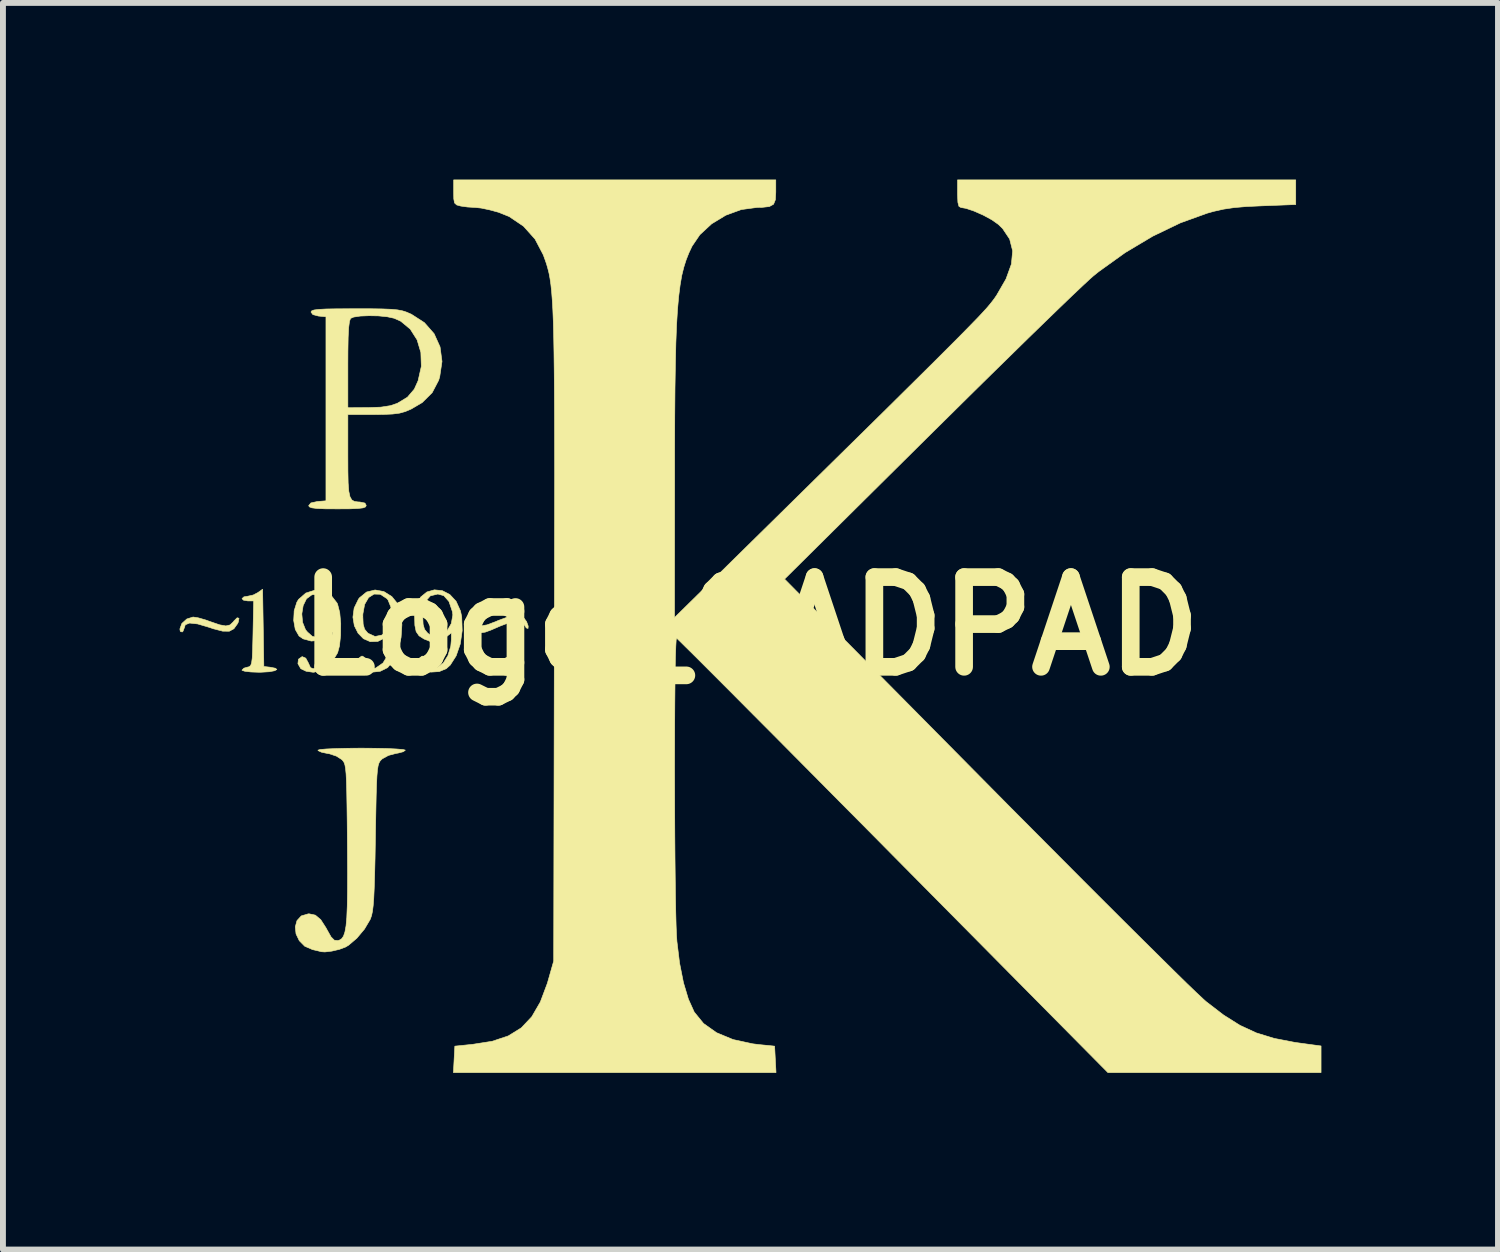
<source format=kicad_pcb>
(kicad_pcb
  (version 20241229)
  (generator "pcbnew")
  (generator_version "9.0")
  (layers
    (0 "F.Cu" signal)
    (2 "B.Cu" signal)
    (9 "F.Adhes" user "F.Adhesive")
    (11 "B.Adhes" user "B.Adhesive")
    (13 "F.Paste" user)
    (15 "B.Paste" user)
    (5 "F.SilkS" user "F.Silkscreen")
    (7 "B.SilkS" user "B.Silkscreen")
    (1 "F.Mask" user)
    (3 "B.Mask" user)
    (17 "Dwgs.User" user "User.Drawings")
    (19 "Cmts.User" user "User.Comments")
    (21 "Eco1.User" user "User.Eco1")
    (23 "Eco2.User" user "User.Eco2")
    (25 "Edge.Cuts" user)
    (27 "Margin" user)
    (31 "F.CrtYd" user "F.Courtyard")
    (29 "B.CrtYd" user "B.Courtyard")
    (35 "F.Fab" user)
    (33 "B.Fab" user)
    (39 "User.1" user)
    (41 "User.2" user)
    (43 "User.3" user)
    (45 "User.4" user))
  (footprint "Logo_CADPAD"
    (layer "F.Cu")
    (at 9.696 7.586)
    (property "Reference" "Logo_CADPAD" (at 0 0 0) (layer "F.SilkS") (effects (font (size 1.524 1.524) (thickness 0.3))))
    (attr through_hole)
    (fp_poly (pts (xy -3.85 -0.142) (xy -3.803 -0.079) (xy -3.775 -0.002) (xy -3.778 0.038) (xy -3.809 0.028) (xy -3.819 0.009) (xy -3.869 -0.064) (xy -3.956 -0.089) (xy -4.089 -0.065) (xy -4.256 -0.001) (xy -4.406 0.064) (xy -4.504 0.1) (xy -4.568 0.11) (xy -4.617 0.097) (xy -4.671 0.063) (xy -4.681 0.056) (xy -4.746 -0.019) (xy -4.767 -0.089) (xy -4.767 -0.174) (xy -4.707 -0.087) (xy -4.649 -0.027) (xy -4.578 -0.006) (xy -4.475 -0.023) (xy -4.325 -0.079) (xy -4.278 -0.1) (xy -4.088 -0.169) (xy -3.947 -0.183) (xy -3.85 -0.142)) (stroke (width 0.01) (type solid)) (fill yes) (layer "F.SilkS"))
    (fp_poly (pts (xy -9.38 -0.143) (xy -9.258 -0.108) (xy -9.174 -0.078) (xy -9.016 -0.024) (xy -8.91 -0.005) (xy -8.839 -0.022) (xy -8.783 -0.075) (xy -8.776 -0.086) (xy -8.718 -0.144) (xy -8.687 -0.135) (xy -8.699 -0.07) (xy -8.712 -0.043) (xy -8.774 0.043) (xy -8.852 0.085) (xy -8.963 0.084) (xy -9.122 0.043) (xy -9.189 0.02) (xy -9.389 -0.039) (xy -9.526 -0.054) (xy -9.599 -0.025) (xy -9.613 0.02) (xy -9.638 0.085) (xy -9.652 0.098) (xy -9.684 0.087) (xy -9.691 0.047) (xy -9.657 -0.047) (xy -9.573 -0.123) (xy -9.468 -0.156) (xy -9.464 -0.156) (xy -9.38 -0.143)) (stroke (width 0.01) (type solid)) (fill yes) (layer "F.SilkS"))
    (fp_poly (pts (xy -8.275 0.028) (xy -8.265 0.684) (xy -8.157 0.696) (xy -8.066 0.714) (xy -8.044 0.735) (xy -8.082 0.756) (xy -8.173 0.773) (xy -8.308 0.781) (xy -8.343 0.782) (xy -8.483 0.777) (xy -8.587 0.765) (xy -8.635 0.749) (xy -8.636 0.745) (xy -8.603 0.712) (xy -8.548 0.696) (xy -8.514 0.688) (xy -8.489 0.668) (xy -8.473 0.624) (xy -8.462 0.542) (xy -8.456 0.411) (xy -8.451 0.219) (xy -8.449 0.127) (xy -8.438 -0.43) (xy -8.537 -0.43) (xy -8.611 -0.443) (xy -8.636 -0.469) (xy -8.603 -0.499) (xy -8.547 -0.508) (xy -8.446 -0.53) (xy -8.372 -0.568) (xy -8.286 -0.628) (xy -8.275 0.028)) (stroke (width 0.01) (type solid)) (fill yes) (layer "F.SilkS"))
    (fp_poly (pts (xy -6.227 -0.589) (xy -6.091 -0.504) (xy -6.002 -0.394) (xy -5.942 -0.228) (xy -5.92 -0.026) (xy -5.934 0.19) (xy -5.981 0.398) (xy -6.058 0.575) (xy -6.161 0.701) (xy -6.163 0.703) (xy -6.288 0.765) (xy -6.43 0.781) (xy -6.558 0.751) (xy -6.622 0.705) (xy -6.666 0.622) (xy -6.659 0.548) (xy -6.606 0.509) (xy -6.59 0.508) (xy -6.539 0.541) (xy -6.494 0.621) (xy -6.493 0.625) (xy -6.456 0.704) (xy -6.409 0.721) (xy -6.363 0.709) (xy -6.241 0.624) (xy -6.152 0.478) (xy -6.105 0.29) (xy -6.084 0.102) (xy -6.193 0.188) (xy -6.329 0.258) (xy -6.458 0.262) (xy -6.573 0.212) (xy -6.665 0.117) (xy -6.728 -0.009) (xy -6.752 -0.155) (xy -6.75 -0.168) (xy -6.584 -0.168) (xy -6.578 -0.034) (xy -6.554 0.05) (xy -6.504 0.111) (xy -6.491 0.122) (xy -6.376 0.174) (xy -6.259 0.15) (xy -6.164 0.07) (xy -6.112 -0.038) (xy -6.094 -0.182) (xy -6.108 -0.328) (xy -6.155 -0.445) (xy -6.174 -0.469) (xy -6.287 -0.543) (xy -6.394 -0.546) (xy -6.486 -0.487) (xy -6.553 -0.371) (xy -6.583 -0.208) (xy -6.584 -0.168) (xy -6.75 -0.168) (xy -6.731 -0.309) (xy -6.657 -0.461) (xy -6.64 -0.483) (xy -6.52 -0.581) (xy -6.376 -0.616) (xy -6.227 -0.589)) (stroke (width 0.01) (type solid)) (fill yes) (layer "F.SilkS"))
    (fp_poly (pts (xy -7.255 -0.595) (xy -7.121 -0.522) (xy -7.021 -0.393) (xy -7.012 -0.372) (xy -6.976 -0.232) (xy -6.959 -0.047) (xy -6.961 0.152) (xy -6.98 0.333) (xy -7.012 0.451) (xy -7.116 0.624) (xy -7.253 0.737) (xy -7.412 0.781) (xy -7.428 0.782) (xy -7.548 0.764) (xy -7.635 0.722) (xy -7.639 0.718) (xy -7.686 0.636) (xy -7.677 0.56) (xy -7.615 0.516) (xy -7.614 0.516) (xy -7.553 0.542) (xy -7.509 0.623) (xy -7.473 0.703) (xy -7.426 0.722) (xy -7.379 0.709) (xy -7.256 0.622) (xy -7.169 0.472) (xy -7.126 0.293) (xy -7.1 0.098) (xy -7.187 0.175) (xy -7.311 0.239) (xy -7.459 0.252) (xy -7.598 0.214) (xy -7.667 0.166) (xy -7.731 0.054) (xy -7.758 -0.098) (xy -7.752 -0.21) (xy -7.62 -0.21) (xy -7.607 -0.066) (xy -7.557 0.059) (xy -7.524 0.099) (xy -7.443 0.171) (xy -7.378 0.188) (xy -7.303 0.151) (xy -7.232 0.094) (xy -7.147 0.003) (xy -7.115 -0.098) (xy -7.112 -0.158) (xy -7.135 -0.339) (xy -7.2 -0.468) (xy -7.301 -0.536) (xy -7.432 -0.537) (xy -7.455 -0.53) (xy -7.541 -0.466) (xy -7.597 -0.351) (xy -7.62 -0.21) (xy -7.752 -0.21) (xy -7.75 -0.262) (xy -7.704 -0.408) (xy -7.675 -0.456) (xy -7.551 -0.564) (xy -7.405 -0.61) (xy -7.255 -0.595)) (stroke (width 0.01) (type solid)) (fill yes) (layer "F.SilkS"))
    (fp_poly (pts (xy -5.234 -0.604) (xy -5.107 -0.539) (xy -5 -0.424) (xy -4.925 -0.259) (xy -4.904 -0.159) (xy -4.896 0.075) (xy -4.929 0.302) (xy -4.999 0.503) (xy -5.099 0.66) (xy -5.166 0.72) (xy -5.286 0.77) (xy -5.423 0.779) (xy -5.546 0.749) (xy -5.602 0.709) (xy -5.643 0.628) (xy -5.634 0.552) (xy -5.582 0.51) (xy -5.563 0.508) (xy -5.504 0.54) (xy -5.489 0.567) (xy -5.46 0.659) (xy -5.453 0.682) (xy -5.425 0.718) (xy -5.36 0.712) (xy -5.319 0.699) (xy -5.219 0.627) (xy -5.139 0.5) (xy -5.09 0.34) (xy -5.08 0.231) (xy -5.08 0.112) (xy -5.183 0.193) (xy -5.305 0.261) (xy -5.429 0.263) (xy -5.546 0.216) (xy -5.629 0.162) (xy -5.678 0.091) (xy -5.7 -0.016) (xy -5.704 -0.169) (xy -5.566 -0.169) (xy -5.56 -0.033) (xy -5.536 0.052) (xy -5.487 0.112) (xy -5.475 0.122) (xy -5.406 0.176) (xy -5.361 0.191) (xy -5.299 0.173) (xy -5.26 0.158) (xy -5.153 0.08) (xy -5.081 -0.046) (xy -5.055 -0.191) (xy -5.062 -0.247) (xy -5.12 -0.419) (xy -5.208 -0.519) (xy -5.309 -0.547) (xy -5.437 -0.516) (xy -5.521 -0.421) (xy -5.561 -0.262) (xy -5.566 -0.169) (xy -5.704 -0.169) (xy -5.704 -0.169) (xy -5.676 -0.358) (xy -5.602 -0.495) (xy -5.495 -0.582) (xy -5.368 -0.618) (xy -5.234 -0.604)) (stroke (width 0.01) (type solid)) (fill yes) (layer "F.SilkS"))
    (fp_poly (pts (xy -6.448 -5.392) (xy -6.25 -5.389) (xy -6.103 -5.383) (xy -5.995 -5.373) (xy -5.911 -5.357) (xy -5.84 -5.334) (xy -5.767 -5.302) (xy -5.761 -5.3) (xy -5.538 -5.156) (xy -5.373 -4.968) (xy -5.272 -4.744) (xy -5.239 -4.497) (xy -5.278 -4.236) (xy -5.296 -4.177) (xy -5.406 -3.967) (xy -5.575 -3.799) (xy -5.764 -3.688) (xy -5.863 -3.646) (xy -5.961 -3.619) (xy -6.078 -3.604) (xy -6.237 -3.597) (xy -6.399 -3.595) (xy -6.838 -3.595) (xy -6.838 -2.9) (xy -6.837 -2.632) (xy -6.833 -2.433) (xy -6.822 -2.292) (xy -6.802 -2.2) (xy -6.771 -2.145) (xy -6.726 -2.119) (xy -6.664 -2.111) (xy -6.635 -2.11) (xy -6.548 -2.092) (xy -6.526 -2.052) (xy -6.537 -2.027) (xy -6.58 -2.01) (xy -6.665 -2) (xy -6.804 -1.994) (xy -7.01 -1.993) (xy -7.014 -1.993) (xy -7.223 -1.994) (xy -7.364 -2) (xy -7.45 -2.011) (xy -7.493 -2.028) (xy -7.503 -2.049) (xy -7.466 -2.094) (xy -7.357 -2.118) (xy -7.356 -2.118) (xy -7.21 -2.13) (xy -7.21 -4.447) (xy -6.838 -4.447) (xy -6.838 -3.712) (xy -6.497 -3.713) (xy -6.278 -3.721) (xy -6.116 -3.746) (xy -5.998 -3.786) (xy -5.826 -3.89) (xy -5.709 -4.027) (xy -5.645 -4.169) (xy -5.59 -4.413) (xy -5.598 -4.649) (xy -5.662 -4.864) (xy -5.778 -5.046) (xy -5.939 -5.18) (xy -6.053 -5.231) (xy -6.169 -5.256) (xy -6.318 -5.271) (xy -6.479 -5.274) (xy -6.627 -5.268) (xy -6.74 -5.251) (xy -6.792 -5.228) (xy -6.81 -5.18) (xy -6.824 -5.074) (xy -6.833 -4.904) (xy -6.837 -4.665) (xy -6.838 -4.447) (xy -7.21 -4.447) (xy -7.21 -5.256) (xy -7.337 -5.268) (xy -7.432 -5.293) (xy -7.464 -5.336) (xy -7.452 -5.356) (xy -7.413 -5.371) (xy -7.334 -5.381) (xy -7.209 -5.388) (xy -7.026 -5.391) (xy -6.776 -5.392) (xy -6.711 -5.392) (xy -6.448 -5.392)) (stroke (width 0.01) (type solid)) (fill yes) (layer "F.SilkS"))
    (fp_poly (pts (xy -6.373 2.073) (xy -6.171 2.077) (xy -6.011 2.085) (xy -5.903 2.094) (xy -5.862 2.104) (xy -5.862 2.105) (xy -5.896 2.131) (xy -5.983 2.154) (xy -6.024 2.161) (xy -6.148 2.194) (xy -6.252 2.251) (xy -6.268 2.265) (xy -6.291 2.29) (xy -6.309 2.322) (xy -6.324 2.37) (xy -6.335 2.44) (xy -6.344 2.543) (xy -6.351 2.687) (xy -6.357 2.88) (xy -6.362 3.131) (xy -6.368 3.448) (xy -6.37 3.586) (xy -6.376 3.939) (xy -6.383 4.222) (xy -6.39 4.445) (xy -6.398 4.617) (xy -6.408 4.746) (xy -6.42 4.842) (xy -6.435 4.913) (xy -6.454 4.968) (xy -6.46 4.982) (xy -6.556 5.144) (xy -6.686 5.299) (xy -6.826 5.418) (xy -6.878 5.449) (xy -6.982 5.488) (xy -7.11 5.518) (xy -7.228 5.532) (xy -7.288 5.528) (xy -7.352 5.512) (xy -7.438 5.492) (xy -7.57 5.435) (xy -7.663 5.341) (xy -7.718 5.226) (xy -7.731 5.107) (xy -7.702 5) (xy -7.629 4.92) (xy -7.511 4.885) (xy -7.493 4.885) (xy -7.39 4.907) (xy -7.299 4.983) (xy -7.209 5.123) (xy -7.189 5.16) (xy -7.123 5.277) (xy -7.067 5.333) (xy -7.009 5.339) (xy -6.979 5.33) (xy -6.942 5.307) (xy -6.912 5.264) (xy -6.888 5.194) (xy -6.869 5.09) (xy -6.856 4.946) (xy -6.848 4.753) (xy -6.844 4.506) (xy -6.843 4.197) (xy -6.845 3.819) (xy -6.846 3.684) (xy -6.849 3.325) (xy -6.853 3.036) (xy -6.857 2.809) (xy -6.862 2.636) (xy -6.868 2.508) (xy -6.877 2.417) (xy -6.888 2.355) (xy -6.903 2.313) (xy -6.922 2.285) (xy -6.94 2.265) (xy -7.032 2.206) (xy -7.156 2.165) (xy -7.184 2.161) (xy -7.284 2.14) (xy -7.341 2.114) (xy -7.346 2.105) (xy -7.309 2.094) (xy -7.206 2.085) (xy -7.049 2.078) (xy -6.849 2.073) (xy -6.62 2.071) (xy -6.604 2.071) (xy -6.373 2.073)) (stroke (width 0.01) (type solid)) (fill yes) (layer "F.SilkS"))
    (fp_poly (pts (xy 0.43 -7.371) (xy 0.423 -7.243) (xy 0.392 -7.167) (xy 0.321 -7.128) (xy 0.195 -7.114) (xy 0.112 -7.113) (xy -0.155 -7.077) (xy -0.418 -6.981) (xy -0.66 -6.834) (xy -0.86 -6.649) (xy -0.993 -6.453) (xy -1.046 -6.34) (xy -1.092 -6.224) (xy -1.132 -6.098) (xy -1.167 -5.957) (xy -1.195 -5.793) (xy -1.219 -5.603) (xy -1.239 -5.38) (xy -1.255 -5.118) (xy -1.267 -4.811) (xy -1.275 -4.454) (xy -1.282 -4.04) (xy -1.286 -3.565) (xy -1.288 -3.022) (xy -1.288 -2.545) (xy -1.29 -0.147) (xy 0.576 -1.983) (xy 1.085 -2.484) (xy 1.542 -2.934) (xy 1.949 -3.334) (xy 2.309 -3.689) (xy 2.625 -4.002) (xy 2.901 -4.275) (xy 3.14 -4.512) (xy 3.344 -4.716) (xy 3.517 -4.889) (xy 3.662 -5.036) (xy 3.781 -5.158) (xy 3.879 -5.259) (xy 3.957 -5.343) (xy 4.019 -5.411) (xy 4.067 -5.468) (xy 4.106 -5.517) (xy 4.138 -5.559) (xy 4.166 -5.6) (xy 4.179 -5.618) (xy 4.341 -5.899) (xy 4.432 -6.151) (xy 4.453 -6.375) (xy 4.402 -6.576) (xy 4.282 -6.755) (xy 4.21 -6.825) (xy 4.101 -6.902) (xy 3.956 -6.981) (xy 3.8 -7.05) (xy 3.661 -7.097) (xy 3.574 -7.112) (xy 3.541 -7.131) (xy 3.523 -7.199) (xy 3.517 -7.329) (xy 3.517 -7.346) (xy 3.517 -7.581) (xy 9.261 -7.581) (xy 9.261 -7.162) (xy 8.685 -7.14) (xy 8.421 -7.128) (xy 8.213 -7.11) (xy 8.037 -7.084) (xy 7.871 -7.047) (xy 7.757 -7.015) (xy 7.303 -6.851) (xy 6.833 -6.625) (xy 6.365 -6.346) (xy 5.915 -6.023) (xy 5.822 -5.948) (xy 5.751 -5.885) (xy 5.629 -5.771) (xy 5.46 -5.611) (xy 5.25 -5.409) (xy 5.002 -5.169) (xy 4.722 -4.897) (xy 4.415 -4.596) (xy 4.083 -4.271) (xy 3.733 -3.926) (xy 3.369 -3.566) (xy 3.054 -3.255) (xy 0.579 -0.801) (xy 3.992 2.649) (xy 4.427 3.089) (xy 4.852 3.516) (xy 5.262 3.928) (xy 5.653 4.321) (xy 6.023 4.691) (xy 6.367 5.034) (xy 6.682 5.347) (xy 6.964 5.626) (xy 7.208 5.867) (xy 7.412 6.067) (xy 7.572 6.221) (xy 7.684 6.326) (xy 7.737 6.374) (xy 8.035 6.603) (xy 8.313 6.778) (xy 8.592 6.907) (xy 8.895 7) (xy 9.246 7.068) (xy 9.346 7.082) (xy 9.691 7.129) (xy 9.691 7.581) (xy 6.071 7.581) (xy 2.425 3.898) (xy 1.982 3.45) (xy 1.553 3.018) (xy 1.143 2.604) (xy 0.754 2.212) (xy 0.39 1.845) (xy 0.053 1.507) (xy -0.252 1.2) (xy -0.523 0.928) (xy -0.756 0.695) (xy -0.949 0.502) (xy -1.098 0.355) (xy -1.199 0.255) (xy -1.25 0.206) (xy -1.255 0.202) (xy -1.262 0.237) (xy -1.268 0.342) (xy -1.274 0.51) (xy -1.279 0.733) (xy -1.282 1.002) (xy -1.285 1.311) (xy -1.287 1.652) (xy -1.288 2.016) (xy -1.289 2.396) (xy -1.288 2.785) (xy -1.287 3.174) (xy -1.285 3.555) (xy -1.282 3.921) (xy -1.278 4.265) (xy -1.274 4.577) (xy -1.269 4.851) (xy -1.263 5.079) (xy -1.256 5.253) (xy -1.249 5.354) (xy -1.204 5.722) (xy -1.138 6.054) (xy -1.054 6.334) (xy -0.956 6.551) (xy -0.954 6.554) (xy -0.797 6.747) (xy -0.575 6.904) (xy -0.295 7.02) (xy 0.037 7.092) (xy 0.141 7.105) (xy 0.41 7.132) (xy 0.422 7.356) (xy 0.434 7.581) (xy -5.045 7.581) (xy -5.033 7.356) (xy -5.021 7.132) (xy -4.718 7.101) (xy -4.386 7.049) (xy -4.113 6.958) (xy -3.892 6.821) (xy -3.714 6.632) (xy -3.569 6.382) (xy -3.45 6.065) (xy -3.427 5.985) (xy -3.342 5.686) (xy -3.331 0.187) (xy -3.329 -0.611) (xy -3.328 -1.334) (xy -3.327 -1.987) (xy -3.326 -2.574) (xy -3.327 -3.099) (xy -3.328 -3.566) (xy -3.33 -3.978) (xy -3.333 -4.34) (xy -3.337 -4.656) (xy -3.342 -4.93) (xy -3.348 -5.165) (xy -3.356 -5.367) (xy -3.366 -5.537) (xy -3.377 -5.682) (xy -3.39 -5.804) (xy -3.405 -5.908) (xy -3.422 -5.998) (xy -3.442 -6.077) (xy -3.463 -6.15) (xy -3.487 -6.22) (xy -3.513 -6.292) (xy -3.521 -6.312) (xy -3.659 -6.575) (xy -3.855 -6.794) (xy -4.098 -6.958) (xy -4.277 -7.03) (xy -4.431 -7.072) (xy -4.574 -7.102) (xy -4.669 -7.112) (xy -4.805 -7.12) (xy -4.919 -7.136) (xy -4.989 -7.155) (xy -5.026 -7.189) (xy -5.039 -7.259) (xy -5.041 -7.371) (xy -5.041 -7.581) (xy 0.43 -7.581) (xy 0.43 -7.371)) (stroke (width 0.01) (type solid)) (fill yes) (layer "F.SilkS")))
  (gr_rect
    (start -3 -3)
    (end 22.392 18.172)
    (stroke (width 0.1) (type default))
    (fill no)
    (layer "Edge.Cuts")))
</source>
